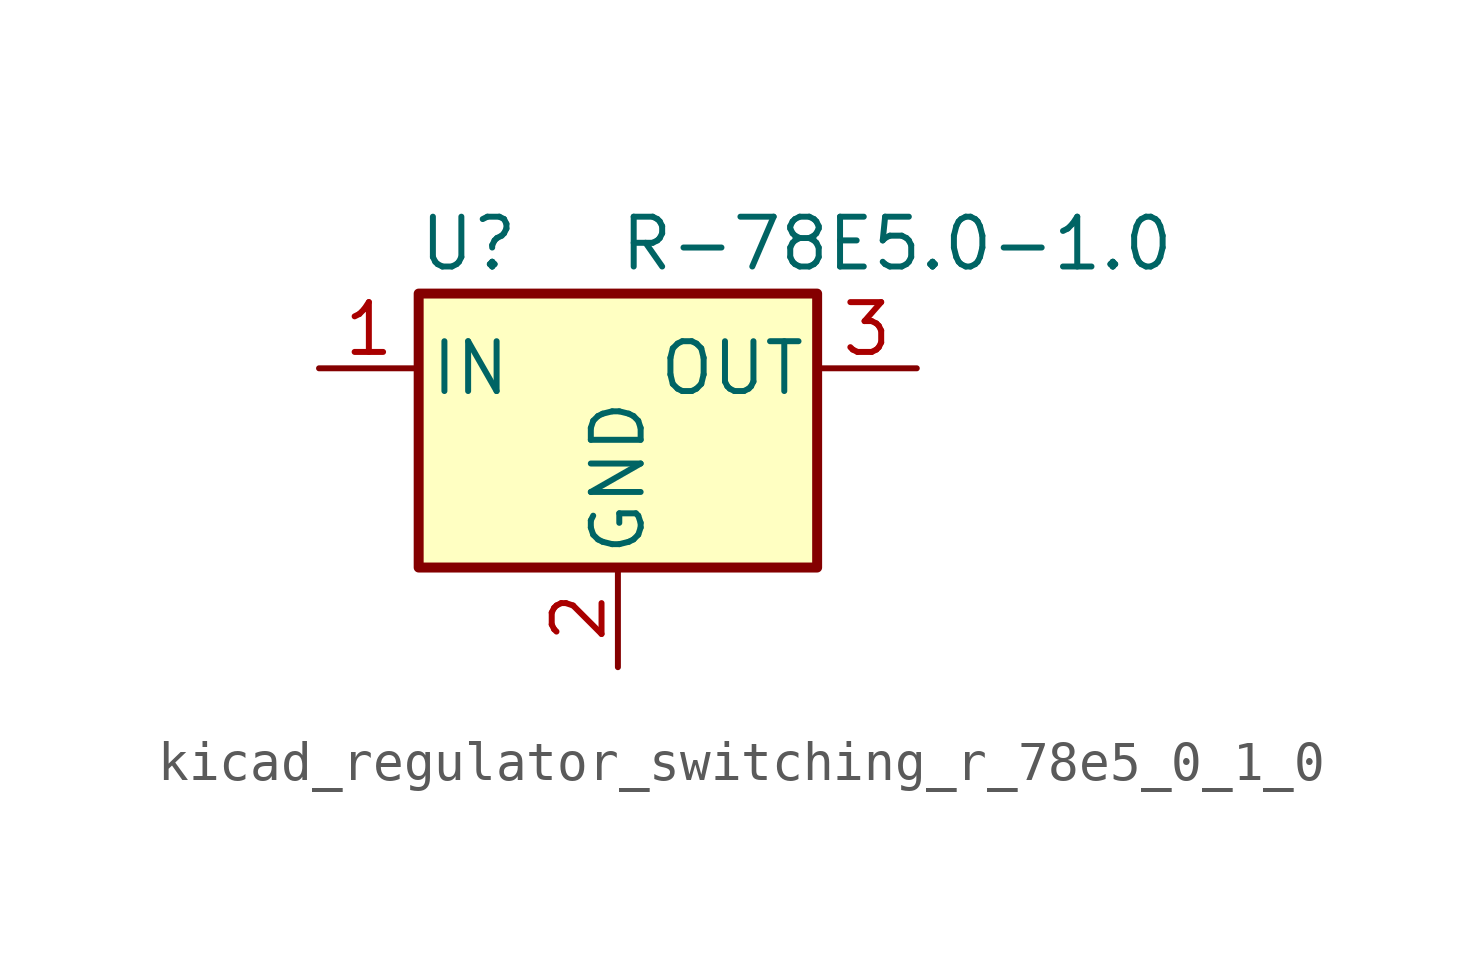
<source format=kicad_sym>
(kicad_symbol_lib
  (version 20220914)
  (generator kicad_symbol_editor)
  (symbol "kicad_regulator_switching_r_78e5_0_1_0"
    (pin_names
      (offset 0.254))
    (property "Reference" "U"
      (at -3.81 3.175 0)
      (effects (font (size 1.27 1.27))))
    (property "Value" "R-78E5.0-1.0"
      (at 0 3.175 0)
      (effects (font (size 1.27 1.27)) (justify left)))
    (symbol "kicad_regulator_switching_r_78e5_0_1_0_0_1"
      (rectangle (start -5.08 1.905) (end 5.08 -5.08) (stroke (width 0.254) (type default)) (fill (type background))))
    (symbol "kicad_regulator_switching_r_78e5_0_1_0_1_1"
      (pin power_in line (at -7.62 0 0) (length 2.54) (name "IN" (effects (font (size 1.27 1.27)))) (number "1" (effects (font (size 1.27 1.27)))))
      (pin power_in line (at 0 -7.62 90) (length 2.54) (name "GND" (effects (font (size 1.27 1.27)))) (number "2" (effects (font (size 1.27 1.27)))))
      (pin power_out line (at 7.62 0 180) (length 2.54) (name "OUT" (effects (font (size 1.27 1.27)))) (number "3" (effects (font (size 1.27 1.27))))))))
</source>
